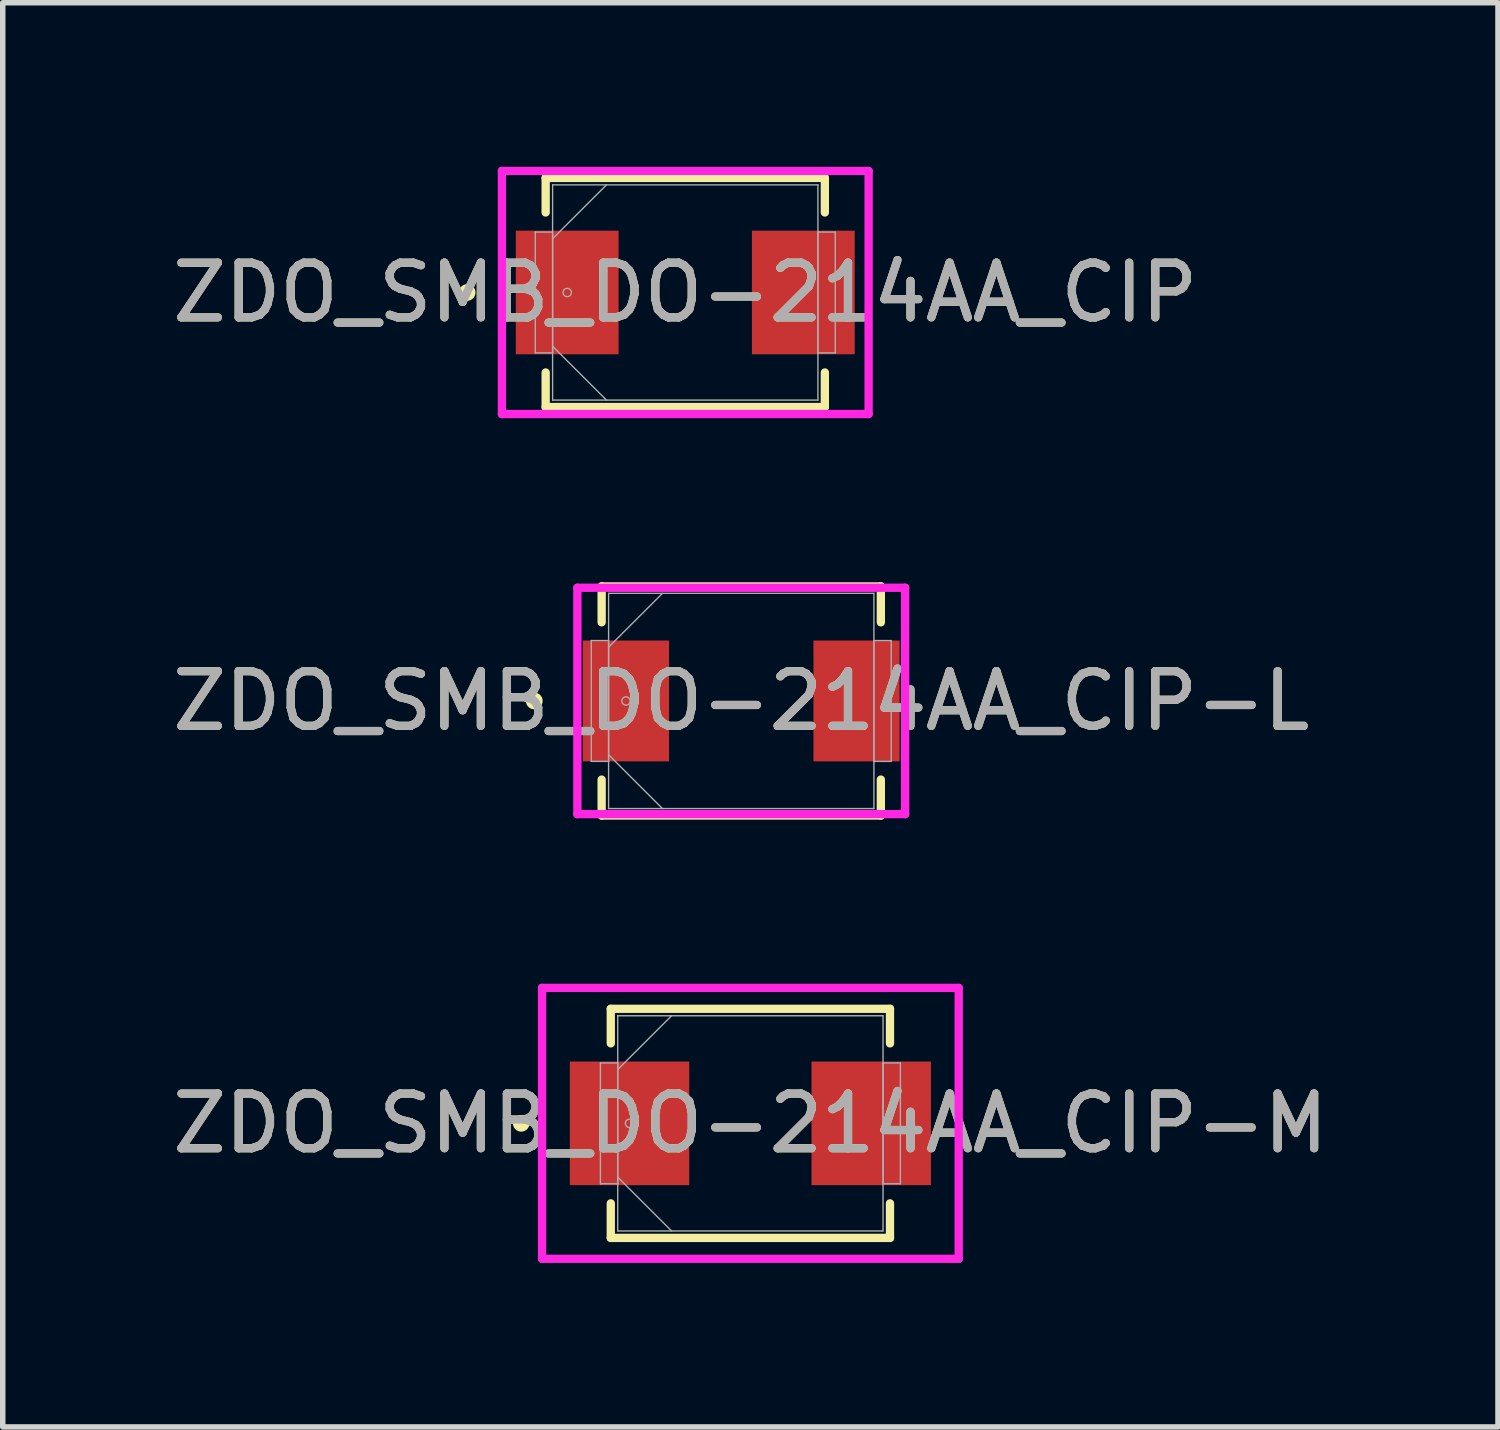
<source format=kicad_pcb>
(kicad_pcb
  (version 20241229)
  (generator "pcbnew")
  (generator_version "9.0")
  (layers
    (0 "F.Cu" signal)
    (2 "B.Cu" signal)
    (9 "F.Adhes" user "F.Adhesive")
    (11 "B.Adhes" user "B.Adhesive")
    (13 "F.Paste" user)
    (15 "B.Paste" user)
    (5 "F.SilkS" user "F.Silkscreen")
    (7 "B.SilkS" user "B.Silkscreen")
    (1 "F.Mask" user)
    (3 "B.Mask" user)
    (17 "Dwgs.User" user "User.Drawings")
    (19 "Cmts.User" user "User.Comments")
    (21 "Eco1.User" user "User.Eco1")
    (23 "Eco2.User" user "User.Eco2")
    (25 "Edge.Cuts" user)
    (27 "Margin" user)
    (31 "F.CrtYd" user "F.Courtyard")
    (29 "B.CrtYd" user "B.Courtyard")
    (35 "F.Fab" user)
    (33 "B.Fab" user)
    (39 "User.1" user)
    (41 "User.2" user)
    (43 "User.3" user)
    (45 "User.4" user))
  (footprint "ZDO_SMB_DO-214AA_CIP"
    (layer "F.Cu")
    (at 9.482 2.299)
    (property "Reference" "ZDO_SMB_DO-214AA_CIP" (at 0 0 0) (unlocked yes) (layer "F.SilkS") (effects (font (size 1 1) (thickness 0.15))))
    (attr smd)
    (fp_line (start -2.553 -2.095) (end -2.553 -1.463) (stroke (width 0.152) (type solid)) (layer "F.SilkS"))
    (fp_line (start -2.553 1.463) (end -2.553 2.095) (stroke (width 0.152) (type solid)) (layer "F.SilkS"))
    (fp_line (start -2.553 2.095) (end 2.553 2.095) (stroke (width 0.152) (type solid)) (layer "F.SilkS"))
    (fp_line (start 2.553 -2.095) (end -2.553 -2.095) (stroke (width 0.152) (type solid)) (layer "F.SilkS"))
    (fp_line (start 2.553 -1.463) (end 2.553 -2.095) (stroke (width 0.152) (type solid)) (layer "F.SilkS"))
    (fp_line (start 2.553 2.095) (end 2.553 1.463) (stroke (width 0.152) (type solid)) (layer "F.SilkS"))
    (fp_circle (center -3.988 0) (end -3.912 0) (stroke (width 0.152) (type solid)) (fill no) (layer "F.SilkS"))
    (fp_line (start -3.353 -2.223) (end 3.353 -2.223) (stroke (width 0.152) (type solid)) (layer "F.CrtYd"))
    (fp_line (start -3.353 2.223) (end -3.353 -2.223) (stroke (width 0.152) (type solid)) (layer "F.CrtYd"))
    (fp_line (start 3.353 -2.223) (end 3.353 2.223) (stroke (width 0.152) (type solid)) (layer "F.CrtYd"))
    (fp_line (start 3.353 2.223) (end -3.353 2.223) (stroke (width 0.152) (type solid)) (layer "F.CrtYd"))
    (fp_line (start -2.743 -1.105) (end -2.743 1.105) (stroke (width 0.025) (type solid)) (layer "F.Fab"))
    (fp_line (start -2.743 1.105) (end -2.426 1.105) (stroke (width 0.025) (type solid)) (layer "F.Fab"))
    (fp_line (start -2.426 -1.968) (end -2.426 1.968) (stroke (width 0.025) (type solid)) (layer "F.Fab"))
    (fp_line (start -2.426 -1.105) (end -2.743 -1.105) (stroke (width 0.025) (type solid)) (layer "F.Fab"))
    (fp_line (start -2.426 -0.984) (end -1.441 -1.968) (stroke (width 0.025) (type solid)) (layer "F.Fab"))
    (fp_line (start -2.426 0.984) (end -1.441 1.968) (stroke (width 0.025) (type solid)) (layer "F.Fab"))
    (fp_line (start -2.426 1.105) (end -2.426 -1.105) (stroke (width 0.025) (type solid)) (layer "F.Fab"))
    (fp_line (start -2.426 1.968) (end 2.426 1.968) (stroke (width 0.025) (type solid)) (layer "F.Fab"))
    (fp_line (start 2.426 -1.968) (end -2.426 -1.968) (stroke (width 0.025) (type solid)) (layer "F.Fab"))
    (fp_line (start 2.426 -1.105) (end 2.426 1.105) (stroke (width 0.025) (type solid)) (layer "F.Fab"))
    (fp_line (start 2.426 1.105) (end 2.743 1.105) (stroke (width 0.025) (type solid)) (layer "F.Fab"))
    (fp_line (start 2.426 1.968) (end 2.426 -1.968) (stroke (width 0.025) (type solid)) (layer "F.Fab"))
    (fp_line (start 2.743 -1.105) (end 2.426 -1.105) (stroke (width 0.025) (type solid)) (layer "F.Fab"))
    (fp_line (start 2.743 1.105) (end 2.743 -1.105) (stroke (width 0.025) (type solid)) (layer "F.Fab"))
    (fp_circle (center -2.159 0) (end -2.083 0) (stroke (width 0.025) (type solid)) (fill no) (layer "F.Fab"))
    (fp_text user "${REFERENCE}" (at 0 0 0) (unlocked yes) (layer "F.Fab") (effects (font (size 1 1) (thickness 0.15))))
    (pad "1" smd rect (at -2.159 0) (size 1.88 2.261) (layers "F.Cu" "F.Mask" "F.Paste"))
    (pad "2" smd rect (at 2.159 0) (size 1.88 2.261) (layers "F.Cu" "F.Mask" "F.Paste"))
    (zone (net_name "") (layer "F.Cu") (hatch full 0.508) (connect_pads) (min_thickness 0.254) (filled_areas_thickness no) (keepout (tracks not_allowed) (vias not_allowed) (pads allowed) (copperpour not_allowed) (footprints allowed)) (placement (enabled no)) (fill) (polygon (pts (xy 8.314 0.381) (xy 10.651 0.381) (xy 10.651 4.216) (xy 8.314 4.216)))))
  (footprint "ZDO_SMB_DO-214AA_CIP-M"
    (layer "F.Cu")
    (at 10.673 17.494)
    (property "Reference" "ZDO_SMB_DO-214AA_CIP-M" (at 0 0 0) (unlocked yes) (layer "F.SilkS") (effects (font (size 1 1) (thickness 0.15))))
    (attr smd)
    (fp_line (start -2.553 -2.095) (end -2.553 -1.463) (stroke (width 0.152) (type solid)) (layer "F.SilkS"))
    (fp_line (start -2.553 1.463) (end -2.553 2.095) (stroke (width 0.152) (type solid)) (layer "F.SilkS"))
    (fp_line (start -2.553 2.095) (end 2.553 2.095) (stroke (width 0.152) (type solid)) (layer "F.SilkS"))
    (fp_line (start 2.553 -2.095) (end -2.553 -2.095) (stroke (width 0.152) (type solid)) (layer "F.SilkS"))
    (fp_line (start 2.553 -1.463) (end 2.553 -2.095) (stroke (width 0.152) (type solid)) (layer "F.SilkS"))
    (fp_line (start 2.553 2.095) (end 2.553 1.463) (stroke (width 0.152) (type solid)) (layer "F.SilkS"))
    (fp_circle (center -4.191 0) (end -4.115 0) (stroke (width 0.152) (type solid)) (fill no) (layer "F.SilkS"))
    (fp_line (start -3.81 -2.477) (end 3.81 -2.477) (stroke (width 0.152) (type solid)) (layer "F.CrtYd"))
    (fp_line (start -3.81 2.477) (end -3.81 -2.477) (stroke (width 0.152) (type solid)) (layer "F.CrtYd"))
    (fp_line (start 3.81 -2.477) (end 3.81 2.477) (stroke (width 0.152) (type solid)) (layer "F.CrtYd"))
    (fp_line (start 3.81 2.477) (end -3.81 2.477) (stroke (width 0.152) (type solid)) (layer "F.CrtYd"))
    (fp_line (start -2.743 -1.105) (end -2.743 1.105) (stroke (width 0.025) (type solid)) (layer "F.Fab"))
    (fp_line (start -2.743 1.105) (end -2.426 1.105) (stroke (width 0.025) (type solid)) (layer "F.Fab"))
    (fp_line (start -2.426 -1.968) (end -2.426 1.968) (stroke (width 0.025) (type solid)) (layer "F.Fab"))
    (fp_line (start -2.426 -1.105) (end -2.743 -1.105) (stroke (width 0.025) (type solid)) (layer "F.Fab"))
    (fp_line (start -2.426 -0.984) (end -1.441 -1.968) (stroke (width 0.025) (type solid)) (layer "F.Fab"))
    (fp_line (start -2.426 0.984) (end -1.441 1.968) (stroke (width 0.025) (type solid)) (layer "F.Fab"))
    (fp_line (start -2.426 1.105) (end -2.426 -1.105) (stroke (width 0.025) (type solid)) (layer "F.Fab"))
    (fp_line (start -2.426 1.968) (end 2.426 1.968) (stroke (width 0.025) (type solid)) (layer "F.Fab"))
    (fp_line (start 2.426 -1.968) (end -2.426 -1.968) (stroke (width 0.025) (type solid)) (layer "F.Fab"))
    (fp_line (start 2.426 -1.105) (end 2.426 1.105) (stroke (width 0.025) (type solid)) (layer "F.Fab"))
    (fp_line (start 2.426 1.105) (end 2.743 1.105) (stroke (width 0.025) (type solid)) (layer "F.Fab"))
    (fp_line (start 2.426 1.968) (end 2.426 -1.968) (stroke (width 0.025) (type solid)) (layer "F.Fab"))
    (fp_line (start 2.743 -1.105) (end 2.426 -1.105) (stroke (width 0.025) (type solid)) (layer "F.Fab"))
    (fp_line (start 2.743 1.105) (end 2.743 -1.105) (stroke (width 0.025) (type solid)) (layer "F.Fab"))
    (fp_circle (center -2.21 0) (end -2.134 0) (stroke (width 0.025) (type solid)) (fill no) (layer "F.Fab"))
    (fp_text user "${REFERENCE}" (at 0 0 0) (unlocked yes) (layer "F.Fab") (effects (font (size 1 1) (thickness 0.15))))
    (pad "1" smd rect (at -2.21 0) (size 2.184 2.261) (layers "F.Cu" "F.Mask" "F.Paste"))
    (pad "2" smd rect (at 2.21 0) (size 2.184 2.261) (layers "F.Cu" "F.Mask" "F.Paste"))
    (zone (net_name "") (layer "F.Cu") (hatch full 0.508) (connect_pads) (min_thickness 0.254) (filled_areas_thickness no) (keepout (tracks not_allowed) (vias not_allowed) (pads allowed) (copperpour not_allowed) (footprints allowed)) (placement (enabled no)) (fill) (polygon (pts (xy 9.606 15.576) (xy 11.739 15.576) (xy 11.739 19.411) (xy 9.606 19.411)))))
  (footprint "ZDO_SMB_DO-214AA_CIP-L"
    (layer "F.Cu")
    (at 10.506 9.769)
    (property "Reference" "ZDO_SMB_DO-214AA_CIP-L" (at 0 0 0) (unlocked yes) (layer "F.SilkS") (effects (font (size 1 1) (thickness 0.15))))
    (attr smd)
    (fp_line (start -2.553 -2.095) (end -2.553 -1.438) (stroke (width 0.152) (type solid)) (layer "F.SilkS"))
    (fp_line (start -2.553 1.438) (end -2.553 2.095) (stroke (width 0.152) (type solid)) (layer "F.SilkS"))
    (fp_line (start -2.553 2.095) (end 2.553 2.095) (stroke (width 0.152) (type solid)) (layer "F.SilkS"))
    (fp_line (start 2.553 -2.095) (end -2.553 -2.095) (stroke (width 0.152) (type solid)) (layer "F.SilkS"))
    (fp_line (start 2.553 -1.438) (end 2.553 -2.095) (stroke (width 0.152) (type solid)) (layer "F.SilkS"))
    (fp_line (start 2.553 2.095) (end 2.553 1.438) (stroke (width 0.152) (type solid)) (layer "F.SilkS"))
    (fp_circle (center -3.785 0) (end -3.708 0) (stroke (width 0.152) (type solid)) (fill no) (layer "F.SilkS"))
    (fp_line (start -2.997 -2.07) (end 2.997 -2.07) (stroke (width 0.152) (type solid)) (layer "F.CrtYd"))
    (fp_line (start -2.997 2.07) (end -2.997 -2.07) (stroke (width 0.152) (type solid)) (layer "F.CrtYd"))
    (fp_line (start 2.997 -2.07) (end 2.997 2.07) (stroke (width 0.152) (type solid)) (layer "F.CrtYd"))
    (fp_line (start 2.997 2.07) (end -2.997 2.07) (stroke (width 0.152) (type solid)) (layer "F.CrtYd"))
    (fp_line (start -2.743 -1.105) (end -2.743 1.105) (stroke (width 0.025) (type solid)) (layer "F.Fab"))
    (fp_line (start -2.743 1.105) (end -2.426 1.105) (stroke (width 0.025) (type solid)) (layer "F.Fab"))
    (fp_line (start -2.426 -1.968) (end -2.426 1.968) (stroke (width 0.025) (type solid)) (layer "F.Fab"))
    (fp_line (start -2.426 -1.105) (end -2.743 -1.105) (stroke (width 0.025) (type solid)) (layer "F.Fab"))
    (fp_line (start -2.426 -0.984) (end -1.441 -1.968) (stroke (width 0.025) (type solid)) (layer "F.Fab"))
    (fp_line (start -2.426 0.984) (end -1.441 1.968) (stroke (width 0.025) (type solid)) (layer "F.Fab"))
    (fp_line (start -2.426 1.105) (end -2.426 -1.105) (stroke (width 0.025) (type solid)) (layer "F.Fab"))
    (fp_line (start -2.426 1.968) (end 2.426 1.968) (stroke (width 0.025) (type solid)) (layer "F.Fab"))
    (fp_line (start 2.426 -1.968) (end -2.426 -1.968) (stroke (width 0.025) (type solid)) (layer "F.Fab"))
    (fp_line (start 2.426 -1.105) (end 2.426 1.105) (stroke (width 0.025) (type solid)) (layer "F.Fab"))
    (fp_line (start 2.426 1.105) (end 2.743 1.105) (stroke (width 0.025) (type solid)) (layer "F.Fab"))
    (fp_line (start 2.426 1.968) (end 2.426 -1.968) (stroke (width 0.025) (type solid)) (layer "F.Fab"))
    (fp_line (start 2.743 -1.105) (end 2.426 -1.105) (stroke (width 0.025) (type solid)) (layer "F.Fab"))
    (fp_line (start 2.743 1.105) (end 2.743 -1.105) (stroke (width 0.025) (type solid)) (layer "F.Fab"))
    (fp_circle (center -2.108 0) (end -2.032 0) (stroke (width 0.025) (type solid)) (fill no) (layer "F.Fab"))
    (fp_text user "${REFERENCE}" (at 0 0 0) (unlocked yes) (layer "F.Fab") (effects (font (size 1 1) (thickness 0.15))))
    (pad "1" smd rect (at -2.108 0) (size 1.575 2.21) (layers "F.Cu" "F.Mask" "F.Paste"))
    (pad "2" smd rect (at 2.108 0) (size 1.575 2.21) (layers "F.Cu" "F.Mask" "F.Paste"))
    (zone (net_name "") (layer "F.Cu") (hatch full 0.508) (connect_pads) (min_thickness 0.254) (filled_areas_thickness no) (keepout (tracks not_allowed) (vias not_allowed) (pads allowed) (copperpour not_allowed) (footprints allowed)) (placement (enabled no)) (fill) (polygon (pts (xy 9.236 7.851) (xy 11.776 7.851) (xy 11.776 11.687) (xy 9.236 11.687)))))
  (gr_rect
    (start -3 -3)
    (end 24.345 23.046)
    (stroke (width 0.1) (type default))
    (fill no)
    (layer "Edge.Cuts")))
</source>
